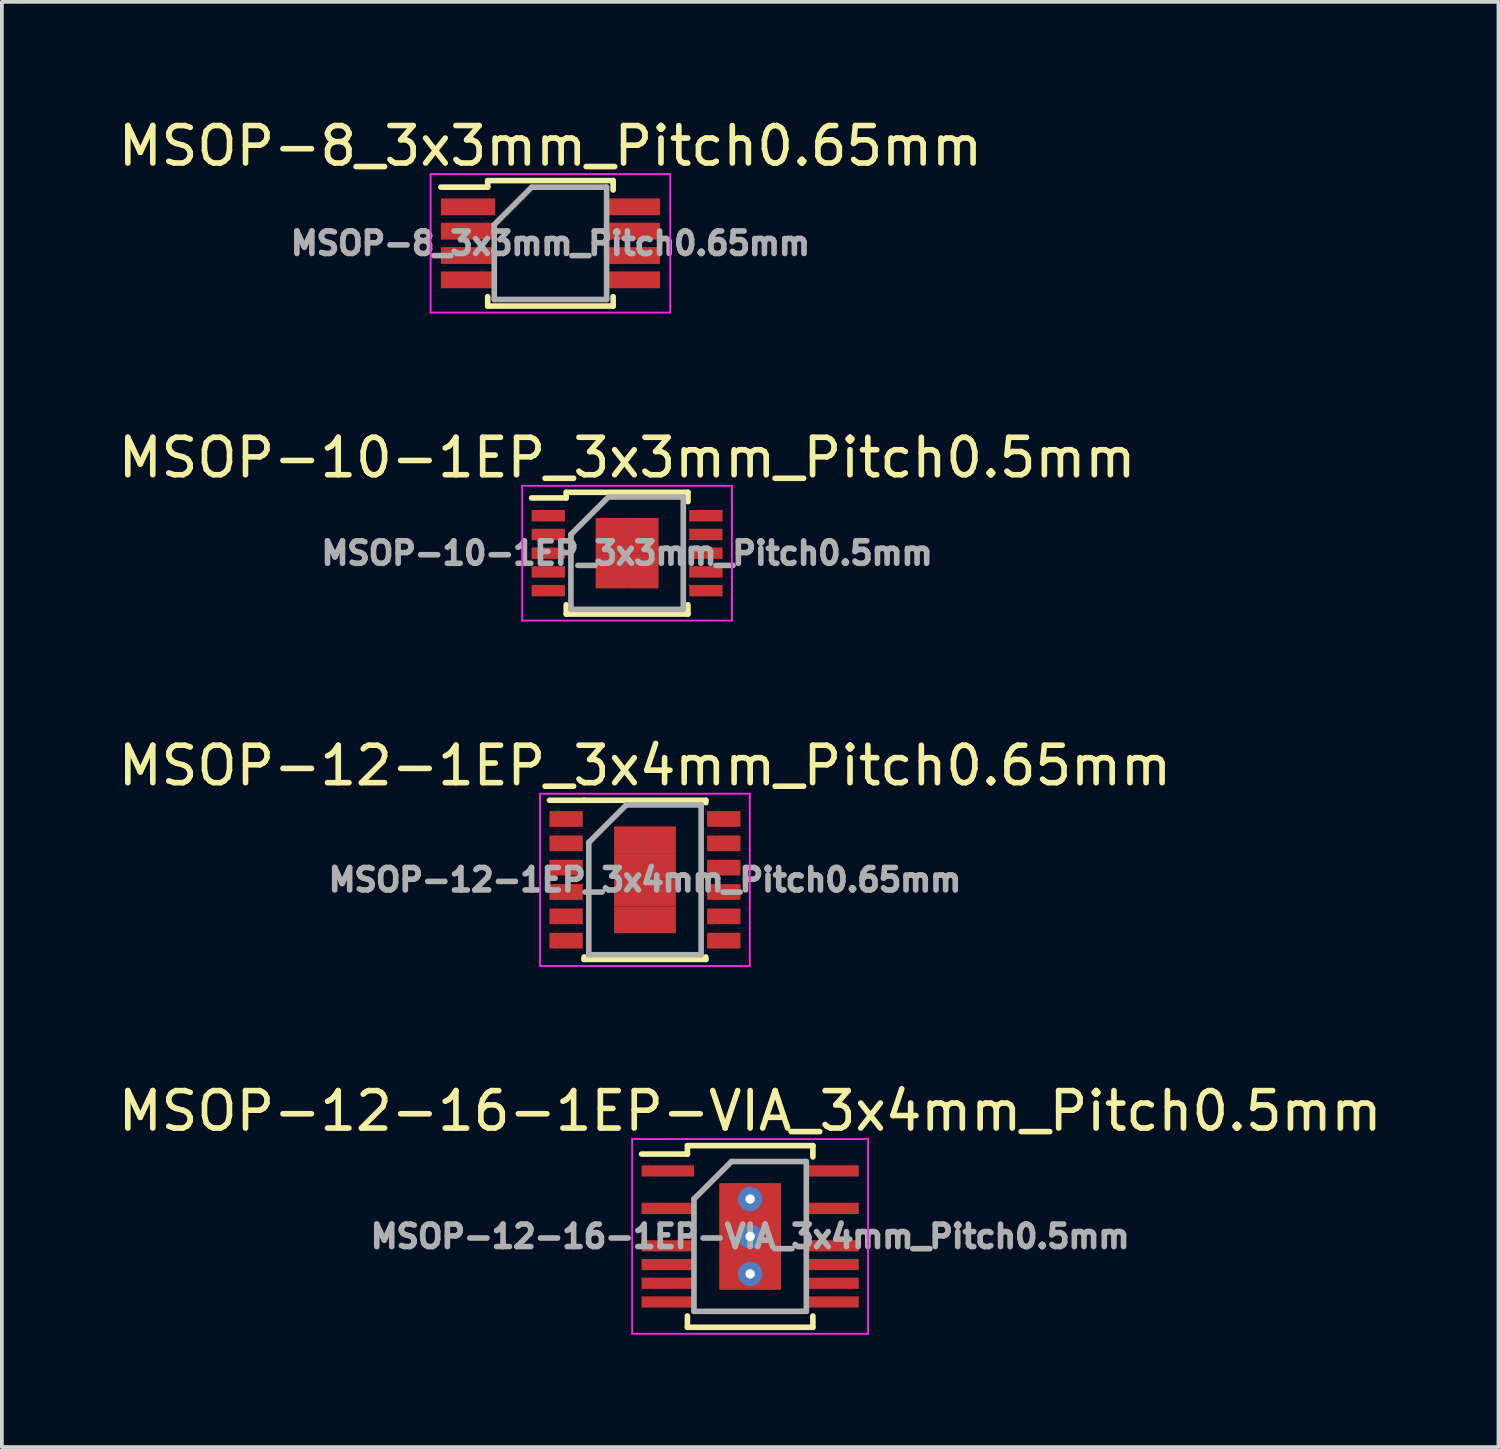
<source format=kicad_pcb>
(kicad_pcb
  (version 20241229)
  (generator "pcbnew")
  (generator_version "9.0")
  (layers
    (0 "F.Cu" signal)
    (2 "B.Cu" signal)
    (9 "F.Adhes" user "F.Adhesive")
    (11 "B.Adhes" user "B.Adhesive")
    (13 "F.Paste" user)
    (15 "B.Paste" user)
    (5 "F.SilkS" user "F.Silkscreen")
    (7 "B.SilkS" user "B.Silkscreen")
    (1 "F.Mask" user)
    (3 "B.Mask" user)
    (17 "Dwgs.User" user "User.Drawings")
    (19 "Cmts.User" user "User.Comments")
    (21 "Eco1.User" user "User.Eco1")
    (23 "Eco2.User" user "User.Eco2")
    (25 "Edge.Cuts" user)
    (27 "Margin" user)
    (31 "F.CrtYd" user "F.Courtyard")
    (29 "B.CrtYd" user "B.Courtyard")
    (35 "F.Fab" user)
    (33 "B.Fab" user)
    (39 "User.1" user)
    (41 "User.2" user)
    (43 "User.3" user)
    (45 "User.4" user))
  (footprint "MSOP-10-1EP_3x3mm_Pitch0.5mm"
    (layer "F.Cu")
    (at 13.696 11.722)
    (property "Reference" "MSOP-10-1EP_3x3mm_Pitch0.5mm" (at 0 -2.55 0) (layer "F.SilkS") (effects (font (size 1 1) (thickness 0.15))))
    (attr smd)
    (fp_line (start -1.625 -1.625) (end -1.625 -1.475) (stroke (width 0.15) (type solid)) (layer "F.SilkS"))
    (fp_line (start -1.625 -1.625) (end 1.625 -1.625) (stroke (width 0.15) (type solid)) (layer "F.SilkS"))
    (fp_line (start -1.625 -1.475) (end -2.55 -1.475) (stroke (width 0.15) (type solid)) (layer "F.SilkS"))
    (fp_line (start -1.625 1.625) (end -1.625 1.377) (stroke (width 0.15) (type solid)) (layer "F.SilkS"))
    (fp_line (start -1.625 1.625) (end 1.625 1.625) (stroke (width 0.15) (type solid)) (layer "F.SilkS"))
    (fp_line (start 1.625 -1.625) (end 1.625 -1.377) (stroke (width 0.15) (type solid)) (layer "F.SilkS"))
    (fp_line (start 1.625 1.625) (end 1.625 1.377) (stroke (width 0.15) (type solid)) (layer "F.SilkS"))
    (fp_line (start -2.8 -1.8) (end -2.8 1.8) (stroke (width 0.05) (type solid)) (layer "F.CrtYd"))
    (fp_line (start -2.8 -1.8) (end 2.8 -1.8) (stroke (width 0.05) (type solid)) (layer "F.CrtYd"))
    (fp_line (start -2.8 1.8) (end 2.8 1.8) (stroke (width 0.05) (type solid)) (layer "F.CrtYd"))
    (fp_line (start 2.8 -1.8) (end 2.8 1.8) (stroke (width 0.05) (type solid)) (layer "F.CrtYd"))
    (fp_line (start -1.5 -0.5) (end -0.5 -1.5) (stroke (width 0.15) (type solid)) (layer "F.Fab"))
    (fp_line (start -1.5 1.5) (end -1.5 -0.5) (stroke (width 0.15) (type solid)) (layer "F.Fab"))
    (fp_line (start -0.5 -1.5) (end 1.5 -1.5) (stroke (width 0.15) (type solid)) (layer "F.Fab"))
    (fp_line (start 1.5 -1.5) (end 1.5 1.5) (stroke (width 0.15) (type solid)) (layer "F.Fab"))
    (fp_line (start 1.5 1.5) (end -1.5 1.5) (stroke (width 0.15) (type solid)) (layer "F.Fab"))
    (fp_text user "${REFERENCE}" (at 0 0 0) (layer "F.Fab") (effects (font (size 0.6 0.6) (thickness 0.15))))
    (pad "1" smd rect (at -2.105 -1) (size 0.89 0.305) (layers "F.Cu" "F.Mask" "F.Paste"))
    (pad "2" smd rect (at -2.105 -0.5) (size 0.89 0.305) (layers "F.Cu" "F.Mask" "F.Paste"))
    (pad "3" smd rect (at -2.105 0) (size 0.89 0.305) (layers "F.Cu" "F.Mask" "F.Paste"))
    (pad "4" smd rect (at -2.105 0.5) (size 0.89 0.305) (layers "F.Cu" "F.Mask" "F.Paste"))
    (pad "5" smd rect (at -2.105 1) (size 0.89 0.305) (layers "F.Cu" "F.Mask" "F.Paste"))
    (pad "6" smd rect (at 2.105 1) (size 0.89 0.305) (layers "F.Cu" "F.Mask" "F.Paste"))
    (pad "7" smd rect (at 2.105 0.5) (size 0.89 0.305) (layers "F.Cu" "F.Mask" "F.Paste"))
    (pad "8" smd rect (at 2.105 0) (size 0.89 0.305) (layers "F.Cu" "F.Mask" "F.Paste"))
    (pad "9" smd rect (at 2.105 -0.5) (size 0.89 0.305) (layers "F.Cu" "F.Mask" "F.Paste"))
    (pad "10" smd rect (at 2.105 -1) (size 0.89 0.305) (layers "F.Cu" "F.Mask" "F.Paste"))
    (pad "11" smd rect (at -0.42 -0.47) (size 0.84 0.94) (layers "F.Cu" "F.Mask" "F.Paste"))
    (pad "11" smd rect (at -0.42 0.47) (size 0.84 0.94) (layers "F.Cu" "F.Mask" "F.Paste"))
    (pad "11" smd rect (at 0.42 -0.47) (size 0.84 0.94) (layers "F.Cu" "F.Mask" "F.Paste"))
    (pad "11" smd rect (at 0.42 0.47) (size 0.84 0.94) (layers "F.Cu" "F.Mask" "F.Paste")))
  (footprint "MSOP-12-1EP_3x4mm_Pitch0.65mm"
    (layer "F.Cu")
    (at 14.173 20.445)
    (property "Reference" "MSOP-12-1EP_3x4mm_Pitch0.65mm" (at 0 -3.05 0) (layer "F.SilkS") (effects (font (size 1 1) (thickness 0.15))))
    (attr smd)
    (fp_line (start -1.625 -2.125) (end -2.55 -2.125) (stroke (width 0.15) (type solid)) (layer "F.SilkS"))
    (fp_line (start -1.625 -2.125) (end 1.625 -2.125) (stroke (width 0.15) (type solid)) (layer "F.SilkS"))
    (fp_line (start -1.625 2.125) (end -1.625 2.06) (stroke (width 0.15) (type solid)) (layer "F.SilkS"))
    (fp_line (start -1.625 2.125) (end 1.625 2.125) (stroke (width 0.15) (type solid)) (layer "F.SilkS"))
    (fp_line (start 1.625 -2.125) (end 1.625 -2.06) (stroke (width 0.15) (type solid)) (layer "F.SilkS"))
    (fp_line (start 1.625 2.125) (end 1.625 2.06) (stroke (width 0.15) (type solid)) (layer "F.SilkS"))
    (fp_line (start -2.8 -2.3) (end -2.8 2.3) (stroke (width 0.05) (type solid)) (layer "F.CrtYd"))
    (fp_line (start -2.8 -2.3) (end 2.8 -2.3) (stroke (width 0.05) (type solid)) (layer "F.CrtYd"))
    (fp_line (start -2.8 2.3) (end 2.8 2.3) (stroke (width 0.05) (type solid)) (layer "F.CrtYd"))
    (fp_line (start 2.8 -2.3) (end 2.8 2.3) (stroke (width 0.05) (type solid)) (layer "F.CrtYd"))
    (fp_line (start -1.5 -1) (end -0.5 -2) (stroke (width 0.15) (type solid)) (layer "F.Fab"))
    (fp_line (start -1.5 2) (end -1.5 -1) (stroke (width 0.15) (type solid)) (layer "F.Fab"))
    (fp_line (start -0.5 -2) (end 1.5 -2) (stroke (width 0.15) (type solid)) (layer "F.Fab"))
    (fp_line (start 1.5 -2) (end 1.5 2) (stroke (width 0.15) (type solid)) (layer "F.Fab"))
    (fp_line (start 1.5 2) (end -1.5 2) (stroke (width 0.15) (type solid)) (layer "F.Fab"))
    (fp_text user "${REFERENCE}" (at 0 0 0) (layer "F.Fab") (effects (font (size 0.6 0.6) (thickness 0.15))))
    (pad "1" smd rect (at -2.105 -1.625) (size 0.89 0.42) (layers "F.Cu" "F.Mask" "F.Paste"))
    (pad "2" smd rect (at -2.105 -0.975) (size 0.89 0.42) (layers "F.Cu" "F.Mask" "F.Paste"))
    (pad "3" smd rect (at -2.105 -0.325) (size 0.89 0.42) (layers "F.Cu" "F.Mask" "F.Paste"))
    (pad "4" smd rect (at -2.105 0.325) (size 0.89 0.42) (layers "F.Cu" "F.Mask" "F.Paste"))
    (pad "5" smd rect (at -2.105 0.975) (size 0.89 0.42) (layers "F.Cu" "F.Mask" "F.Paste"))
    (pad "6" smd rect (at -2.105 1.625) (size 0.89 0.42) (layers "F.Cu" "F.Mask" "F.Paste"))
    (pad "7" smd rect (at 2.105 1.625) (size 0.89 0.42) (layers "F.Cu" "F.Mask" "F.Paste"))
    (pad "8" smd rect (at 2.105 0.975) (size 0.89 0.42) (layers "F.Cu" "F.Mask" "F.Paste"))
    (pad "9" smd rect (at 2.105 0.325) (size 0.89 0.42) (layers "F.Cu" "F.Mask" "F.Paste"))
    (pad "10" smd rect (at 2.105 -0.325) (size 0.89 0.42) (layers "F.Cu" "F.Mask" "F.Paste"))
    (pad "11" smd rect (at 2.105 -0.975) (size 0.89 0.42) (layers "F.Cu" "F.Mask" "F.Paste"))
    (pad "12" smd rect (at 2.105 -1.625) (size 0.89 0.42) (layers "F.Cu" "F.Mask" "F.Paste"))
    (pad "13" smd rect (at -0.412 -1.069) (size 0.825 0.713) (layers "F.Cu" "F.Mask" "F.Paste"))
    (pad "13" smd rect (at -0.412 -0.356) (size 0.825 0.713) (layers "F.Cu" "F.Mask" "F.Paste"))
    (pad "13" smd rect (at -0.412 0.356) (size 0.825 0.713) (layers "F.Cu" "F.Mask" "F.Paste"))
    (pad "13" smd rect (at -0.412 1.069) (size 0.825 0.713) (layers "F.Cu" "F.Mask" "F.Paste"))
    (pad "13" smd rect (at 0.412 -1.069) (size 0.825 0.713) (layers "F.Cu" "F.Mask" "F.Paste"))
    (pad "13" smd rect (at 0.412 -0.356) (size 0.825 0.713) (layers "F.Cu" "F.Mask" "F.Paste"))
    (pad "13" smd rect (at 0.412 0.356) (size 0.825 0.713) (layers "F.Cu" "F.Mask" "F.Paste"))
    (pad "13" smd rect (at 0.412 1.069) (size 0.825 0.713) (layers "F.Cu" "F.Mask" "F.Paste")))
  (footprint "MSOP-8_3x3mm_Pitch0.65mm"
    (layer "F.Cu")
    (at 11.649 3.448)
    (property "Reference" "MSOP-8_3x3mm_Pitch0.65mm" (at 0 -2.6 0) (layer "F.SilkS") (effects (font (size 1 1) (thickness 0.15))))
    (attr smd)
    (fp_line (start -1.675 -1.675) (end -1.675 -1.5) (stroke (width 0.15) (type solid)) (layer "F.SilkS"))
    (fp_line (start -1.675 -1.675) (end 1.675 -1.675) (stroke (width 0.15) (type solid)) (layer "F.SilkS"))
    (fp_line (start -1.675 -1.5) (end -2.925 -1.5) (stroke (width 0.15) (type solid)) (layer "F.SilkS"))
    (fp_line (start -1.675 1.675) (end -1.675 1.425) (stroke (width 0.15) (type solid)) (layer "F.SilkS"))
    (fp_line (start -1.675 1.675) (end 1.675 1.675) (stroke (width 0.15) (type solid)) (layer "F.SilkS"))
    (fp_line (start 1.675 -1.675) (end 1.675 -1.425) (stroke (width 0.15) (type solid)) (layer "F.SilkS"))
    (fp_line (start 1.675 1.675) (end 1.675 1.425) (stroke (width 0.15) (type solid)) (layer "F.SilkS"))
    (fp_line (start -3.2 -1.85) (end -3.2 1.85) (stroke (width 0.05) (type solid)) (layer "F.CrtYd"))
    (fp_line (start -3.2 -1.85) (end 3.2 -1.85) (stroke (width 0.05) (type solid)) (layer "F.CrtYd"))
    (fp_line (start -3.2 1.85) (end 3.2 1.85) (stroke (width 0.05) (type solid)) (layer "F.CrtYd"))
    (fp_line (start 3.2 -1.85) (end 3.2 1.85) (stroke (width 0.05) (type solid)) (layer "F.CrtYd"))
    (fp_line (start -1.5 -0.5) (end -0.5 -1.5) (stroke (width 0.15) (type solid)) (layer "F.Fab"))
    (fp_line (start -1.5 1.5) (end -1.5 -0.5) (stroke (width 0.15) (type solid)) (layer "F.Fab"))
    (fp_line (start -0.5 -1.5) (end 1.5 -1.5) (stroke (width 0.15) (type solid)) (layer "F.Fab"))
    (fp_line (start 1.5 -1.5) (end 1.5 1.5) (stroke (width 0.15) (type solid)) (layer "F.Fab"))
    (fp_line (start 1.5 1.5) (end -1.5 1.5) (stroke (width 0.15) (type solid)) (layer "F.Fab"))
    (fp_text user "${REFERENCE}" (at 0 0 0) (layer "F.Fab") (effects (font (size 0.6 0.6) (thickness 0.15))))
    (pad "1" smd rect (at -2.2 -0.975) (size 1.45 0.45) (layers "F.Cu" "F.Mask" "F.Paste"))
    (pad "2" smd rect (at -2.2 -0.325) (size 1.45 0.45) (layers "F.Cu" "F.Mask" "F.Paste"))
    (pad "3" smd rect (at -2.2 0.325) (size 1.45 0.45) (layers "F.Cu" "F.Mask" "F.Paste"))
    (pad "4" smd rect (at -2.2 0.975) (size 1.45 0.45) (layers "F.Cu" "F.Mask" "F.Paste"))
    (pad "5" smd rect (at 2.2 0.975) (size 1.45 0.45) (layers "F.Cu" "F.Mask" "F.Paste"))
    (pad "6" smd rect (at 2.2 0.325) (size 1.45 0.45) (layers "F.Cu" "F.Mask" "F.Paste"))
    (pad "7" smd rect (at 2.2 -0.325) (size 1.45 0.45) (layers "F.Cu" "F.Mask" "F.Paste"))
    (pad "8" smd rect (at 2.2 -0.975) (size 1.45 0.45) (layers "F.Cu" "F.Mask" "F.Paste")))
  (footprint "MSOP-12-16-1EP-VIA_3x4mm_Pitch0.5mm"
    (layer "F.Cu")
    (at 16.982 29.968)
    (property "Reference" "MSOP-12-16-1EP-VIA_3x4mm_Pitch0.5mm" (at 0 -3.35 0) (layer "F.SilkS") (effects (font (size 1 1) (thickness 0.15))))
    (attr smd)
    (fp_line (start -1.675 -2.425) (end -1.675 -2.2) (stroke (width 0.15) (type solid)) (layer "F.SilkS"))
    (fp_line (start -1.675 -2.425) (end 1.675 -2.425) (stroke (width 0.15) (type solid)) (layer "F.SilkS"))
    (fp_line (start -1.675 -2.2) (end -2.9 -2.2) (stroke (width 0.15) (type solid)) (layer "F.SilkS"))
    (fp_line (start -1.675 2.425) (end -1.675 2.125) (stroke (width 0.15) (type solid)) (layer "F.SilkS"))
    (fp_line (start -1.675 2.425) (end 1.675 2.425) (stroke (width 0.15) (type solid)) (layer "F.SilkS"))
    (fp_line (start 1.675 -2.425) (end 1.675 -2.125) (stroke (width 0.15) (type solid)) (layer "F.SilkS"))
    (fp_line (start 1.675 2.425) (end 1.675 2.125) (stroke (width 0.15) (type solid)) (layer "F.SilkS"))
    (fp_line (start -3.15 -2.6) (end -3.15 2.6) (stroke (width 0.05) (type solid)) (layer "F.CrtYd"))
    (fp_line (start -3.15 -2.6) (end 3.15 -2.6) (stroke (width 0.05) (type solid)) (layer "F.CrtYd"))
    (fp_line (start -3.15 2.6) (end 3.15 2.6) (stroke (width 0.05) (type solid)) (layer "F.CrtYd"))
    (fp_line (start 3.15 -2.6) (end 3.15 2.6) (stroke (width 0.05) (type solid)) (layer "F.CrtYd"))
    (fp_line (start -1.5 -1) (end -0.5 -2) (stroke (width 0.15) (type solid)) (layer "F.Fab"))
    (fp_line (start -1.5 2) (end -1.5 -1) (stroke (width 0.15) (type solid)) (layer "F.Fab"))
    (fp_line (start -0.5 -2) (end 1.5 -2) (stroke (width 0.15) (type solid)) (layer "F.Fab"))
    (fp_line (start 1.5 -2) (end 1.5 2) (stroke (width 0.15) (type solid)) (layer "F.Fab"))
    (fp_line (start 1.5 2) (end -1.5 2) (stroke (width 0.15) (type solid)) (layer "F.Fab"))
    (fp_text user "${REFERENCE}" (at 0 0 0) (layer "F.Fab") (effects (font (size 0.6 0.6) (thickness 0.15))))
    (pad "1" smd rect (at -2.2 -1.75) (size 1.4 0.3) (layers "F.Cu" "F.Mask" "F.Paste"))
    (pad "3" smd rect (at -2.2 -0.75) (size 1.4 0.3) (layers "F.Cu" "F.Mask" "F.Paste"))
    (pad "5" smd rect (at -2.2 0.25) (size 1.4 0.3) (layers "F.Cu" "F.Mask" "F.Paste"))
    (pad "6" smd rect (at -2.2 0.75) (size 1.4 0.3) (layers "F.Cu" "F.Mask" "F.Paste"))
    (pad "7" smd rect (at -2.2 1.25) (size 1.4 0.3) (layers "F.Cu" "F.Mask" "F.Paste"))
    (pad "8" smd rect (at -2.2 1.75) (size 1.4 0.3) (layers "F.Cu" "F.Mask" "F.Paste"))
    (pad "9" smd rect (at 2.2 1.75) (size 1.4 0.3) (layers "F.Cu" "F.Mask" "F.Paste"))
    (pad "10" smd rect (at 2.2 1.25) (size 1.4 0.3) (layers "F.Cu" "F.Mask" "F.Paste"))
    (pad "11" smd rect (at 2.2 0.75) (size 1.4 0.3) (layers "F.Cu" "F.Mask" "F.Paste"))
    (pad "12" smd rect (at 2.2 0.25) (size 1.4 0.3) (layers "F.Cu" "F.Mask" "F.Paste"))
    (pad "14" smd rect (at 2.2 -0.75) (size 1.4 0.3) (layers "F.Cu" "F.Mask" "F.Paste"))
    (pad "16" smd rect (at 2.2 -1.75) (size 1.4 0.3) (layers "F.Cu" "F.Mask" "F.Paste"))
    (pad "17" thru_hole circle (at 0 -1) (size 0.65 0.65) (drill 0.25) (layers "*.Cu" "*.Paste" "*.Mask"))
    (pad "17" thru_hole circle (at 0 0) (size 0.65 0.65) (drill 0.25) (layers "*.Cu" "*.Paste" "*.Mask"))
    (pad "17" smd rect (at 0 0) (size 1.65 2.85) (layers "F.Cu" "F.Mask" "F.Paste"))
    (pad "17" thru_hole circle (at 0 1) (size 0.65 0.65) (drill 0.25) (layers "*.Cu" "*.Paste" "*.Mask")))
  (gr_rect
    (start -3 -3)
    (end 36.964 35.593)
    (stroke (width 0.1) (type default))
    (fill no)
    (layer "Edge.Cuts")))
</source>
